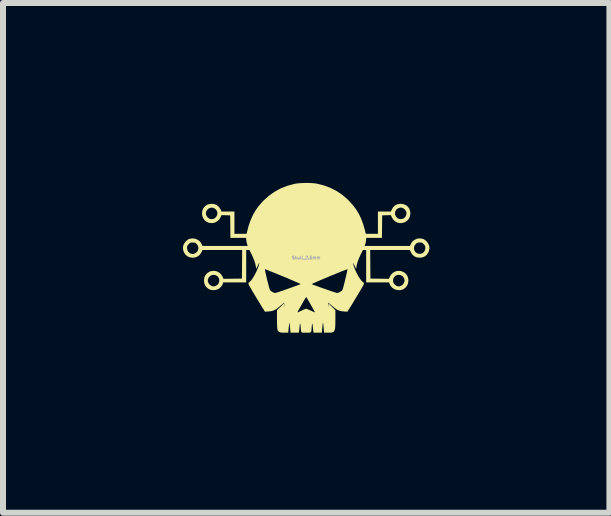
<source format=kicad_pcb>
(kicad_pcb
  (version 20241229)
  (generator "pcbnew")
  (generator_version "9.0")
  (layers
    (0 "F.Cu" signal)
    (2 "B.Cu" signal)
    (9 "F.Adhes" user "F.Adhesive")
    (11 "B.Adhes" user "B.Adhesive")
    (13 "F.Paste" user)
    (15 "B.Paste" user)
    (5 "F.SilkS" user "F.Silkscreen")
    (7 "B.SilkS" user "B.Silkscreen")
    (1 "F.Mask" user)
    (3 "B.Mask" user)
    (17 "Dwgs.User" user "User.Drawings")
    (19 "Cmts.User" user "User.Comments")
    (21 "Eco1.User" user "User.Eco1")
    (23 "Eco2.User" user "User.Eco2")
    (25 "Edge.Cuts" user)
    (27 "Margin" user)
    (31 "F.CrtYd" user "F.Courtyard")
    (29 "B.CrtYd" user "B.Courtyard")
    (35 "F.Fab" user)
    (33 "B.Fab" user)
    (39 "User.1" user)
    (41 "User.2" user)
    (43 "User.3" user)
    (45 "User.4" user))
  (footprint "Skull_2.5mm"
    (layer "F.Cu")
    (at 2.054 1.246)
    (property "Reference" "Skull_2.5mm" (at 0 0 0) (layer "F.Fab") (effects (font (size 0.05 0.05) (thickness 0.013))))
    (attr board_only exclude_from_pos_files exclude_from_bom)
    (fp_poly (pts (xy 0.033 -1.246) (xy 0.09 -1.244) (xy 0.142 -1.24) (xy 0.179 -1.234) (xy 0.295 -1.205) (xy 0.403 -1.165) (xy 0.505 -1.113) (xy 0.599 -1.05) (xy 0.687 -0.975) (xy 0.706 -0.956) (xy 0.771 -0.886) (xy 0.827 -0.813) (xy 0.875 -0.737) (xy 0.915 -0.654) (xy 0.949 -0.563) (xy 0.978 -0.463) (xy 0.989 -0.417) (xy 0.994 -0.399) (xy 1.196 -0.399) (xy 1.196 -0.746) (xy 1.48 -0.746) (xy 1.483 -0.715) (xy 1.497 -0.686) (xy 1.521 -0.661) (xy 1.529 -0.655) (xy 1.556 -0.645) (xy 1.588 -0.644) (xy 1.619 -0.653) (xy 1.634 -0.661) (xy 1.655 -0.684) (xy 1.669 -0.714) (xy 1.672 -0.747) (xy 1.67 -0.761) (xy 1.655 -0.792) (xy 1.632 -0.815) (xy 1.604 -0.831) (xy 1.572 -0.836) (xy 1.561 -0.834) (xy 1.528 -0.822) (xy 1.503 -0.802) (xy 1.487 -0.775) (xy 1.48 -0.746) (xy 1.196 -0.746) (xy 1.196 -0.77) (xy 1.412 -0.77) (xy 1.422 -0.795) (xy 1.447 -0.838) (xy 1.479 -0.869) (xy 1.518 -0.89) (xy 1.564 -0.898) (xy 1.576 -0.899) (xy 1.624 -0.892) (xy 1.664 -0.875) (xy 1.697 -0.848) (xy 1.721 -0.813) (xy 1.734 -0.769) (xy 1.737 -0.738) (xy 1.73 -0.692) (xy 1.713 -0.651) (xy 1.685 -0.618) (xy 1.648 -0.593) (xy 1.614 -0.581) (xy 1.568 -0.576) (xy 1.524 -0.584) (xy 1.485 -0.604) (xy 1.452 -0.634) (xy 1.427 -0.675) (xy 1.426 -0.678) (xy 1.411 -0.71) (xy 1.339 -0.708) (xy 1.267 -0.706) (xy 1.263 -0.331) (xy 1.002 -0.331) (xy 0.998 -0.291) (xy 0.994 -0.263) (xy 0.988 -0.236) (xy 0.984 -0.224) (xy 0.975 -0.196) (xy 1.729 -0.196) (xy 1.743 -0.225) (xy 1.755 -0.249) (xy 1.768 -0.267) (xy 1.786 -0.283) (xy 1.798 -0.292) (xy 1.836 -0.313) (xy 1.879 -0.322) (xy 1.924 -0.319) (xy 1.93 -0.318) (xy 1.954 -0.311) (xy 1.973 -0.301) (xy 1.994 -0.284) (xy 2.004 -0.275) (xy 2.034 -0.237) (xy 2.051 -0.196) (xy 2.055 -0.153) (xy 2.045 -0.108) (xy 2.038 -0.091) (xy 2.013 -0.052) (xy 1.98 -0.023) (xy 1.94 -0.006) (xy 1.892 -0.000002) (xy 1.891 0) (xy 1.844 -0.006) (xy 1.803 -0.023) (xy 1.77 -0.052) (xy 1.746 -0.09) (xy 1.744 -0.095) (xy 1.729 -0.128) (xy 1.067 -0.128) (xy 1.071 0.348) (xy 1.379 0.352) (xy 1.39 0.326) (xy 1.413 0.284) (xy 1.445 0.252) (xy 1.483 0.23) (xy 1.526 0.219) (xy 1.571 0.221) (xy 1.589 0.225) (xy 1.632 0.244) (xy 1.666 0.273) (xy 1.69 0.309) (xy 1.702 0.353) (xy 1.704 0.381) (xy 1.698 0.429) (xy 1.679 0.47) (xy 1.65 0.504) (xy 1.614 0.528) (xy 1.579 0.539) (xy 1.54 0.541) (xy 1.5 0.535) (xy 1.465 0.522) (xy 1.436 0.501) (xy 1.41 0.473) (xy 1.393 0.443) (xy 1.388 0.43) (xy 1.384 0.412) (xy 1 0.412) (xy 1 0.374) (xy 1.448 0.374) (xy 1.45 0.404) (xy 1.462 0.432) (xy 1.484 0.455) (xy 1.503 0.467) (xy 1.528 0.477) (xy 1.549 0.479) (xy 1.57 0.473) (xy 1.585 0.466) (xy 1.612 0.447) (xy 1.63 0.42) (xy 1.64 0.389) (xy 1.64 0.367) (xy 1.628 0.335) (xy 1.607 0.309) (xy 1.578 0.292) (xy 1.545 0.285) (xy 1.525 0.287) (xy 1.493 0.298) (xy 1.469 0.319) (xy 1.454 0.345) (xy 1.448 0.374) (xy 1 0.374) (xy 1 -0.128) (xy 0.946 -0.128) (xy 0.913 -0.063) (xy 0.882 0.005) (xy 0.858 0.067) (xy 0.843 0.121) (xy 0.839 0.145) (xy 0.833 0.186) (xy 0.805 0.128) (xy 0.792 0.103) (xy 0.784 0.089) (xy 0.781 0.087) (xy 0.782 0.095) (xy 0.791 0.132) (xy 0.806 0.175) (xy 0.825 0.221) (xy 0.847 0.266) (xy 0.871 0.31) (xy 0.895 0.348) (xy 0.918 0.379) (xy 0.939 0.399) (xy 0.94 0.4) (xy 0.957 0.415) (xy 0.963 0.43) (xy 0.958 0.449) (xy 0.953 0.458) (xy 0.946 0.471) (xy 0.933 0.493) (xy 0.916 0.524) (xy 0.894 0.56) (xy 0.87 0.601) (xy 0.844 0.644) (xy 0.817 0.688) (xy 0.791 0.732) (xy 0.767 0.772) (xy 0.745 0.808) (xy 0.727 0.837) (xy 0.716 0.854) (xy 0.687 0.9) (xy 0.639 0.897) (xy 0.595 0.893) (xy 0.559 0.885) (xy 0.527 0.873) (xy 0.496 0.855) (xy 0.462 0.829) (xy 0.44 0.81) (xy 0.414 0.788) (xy 0.393 0.77) (xy 0.377 0.757) (xy 0.368 0.75) (xy 0.368 0.75) (xy 0.366 0.756) (xy 0.366 0.772) (xy 0.366 0.792) (xy 0.367 0.835) (xy 0.37 0.798) (xy 0.372 0.761) (xy 0.429 0.818) (xy 0.487 0.875) (xy 0.487 1.029) (xy 0.486 1.089) (xy 0.485 1.138) (xy 0.482 1.175) (xy 0.476 1.203) (xy 0.467 1.223) (xy 0.454 1.237) (xy 0.436 1.245) (xy 0.413 1.249) (xy 0.383 1.25) (xy 0.363 1.25) (xy 0.299 1.25) (xy 0.291 1.167) (xy 0.288 1.135) (xy 0.285 1.109) (xy 0.282 1.09) (xy 0.281 1.083) (xy 0.281 1.083) (xy 0.278 1.087) (xy 0.276 1.103) (xy 0.272 1.129) (xy 0.269 1.163) (xy 0.266 1.194) (xy 0.262 1.25) (xy 0.123 1.25) (xy 0.119 1.228) (xy 0.117 1.211) (xy 0.114 1.185) (xy 0.111 1.156) (xy 0.111 1.151) (xy 0.108 1.126) (xy 0.105 1.107) (xy 0.102 1.098) (xy 0.101 1.098) (xy 0.099 1.106) (xy 0.095 1.124) (xy 0.093 1.149) (xy 0.092 1.16) (xy 0.089 1.197) (xy 0.086 1.222) (xy 0.081 1.237) (xy 0.072 1.246) (xy 0.056 1.25) (xy 0.032 1.25) (xy 0 1.25) (xy -0.034 1.25) (xy -0.058 1.249) (xy -0.073 1.245) (xy -0.082 1.236) (xy -0.086 1.22) (xy -0.089 1.194) (xy -0.092 1.16) (xy -0.094 1.134) (xy -0.097 1.112) (xy -0.1 1.1) (xy -0.101 1.098) (xy -0.104 1.103) (xy -0.107 1.118) (xy -0.11 1.141) (xy -0.111 1.151) (xy -0.114 1.18) (xy -0.116 1.206) (xy -0.119 1.226) (xy -0.119 1.228) (xy -0.123 1.25) (xy -0.262 1.25) (xy -0.266 1.194) (xy -0.27 1.156) (xy -0.273 1.124) (xy -0.276 1.099) (xy -0.279 1.085) (xy -0.281 1.083) (xy -0.282 1.09) (xy -0.284 1.108) (xy -0.287 1.134) (xy -0.291 1.165) (xy -0.291 1.167) (xy -0.299 1.25) (xy -0.364 1.25) (xy -0.398 1.249) (xy -0.421 1.247) (xy -0.438 1.243) (xy -0.45 1.237) (xy -0.461 1.229) (xy -0.469 1.22) (xy -0.476 1.207) (xy -0.48 1.189) (xy -0.483 1.165) (xy -0.485 1.132) (xy -0.486 1.089) (xy -0.487 1.034) (xy -0.487 1.028) (xy -0.487 0.912) (xy -0.146 0.912) (xy -0.146 0.912) (xy -0.138 0.91) (xy -0.121 0.902) (xy -0.098 0.892) (xy -0.077 0.882) (xy -0.049 0.869) (xy -0.024 0.859) (xy -0.007 0.853) (xy 0 0.851) (xy 0.011 0.854) (xy 0.03 0.862) (xy 0.056 0.872) (xy 0.077 0.882) (xy 0.104 0.895) (xy 0.126 0.904) (xy 0.141 0.91) (xy 0.145 0.911) (xy 0.143 0.904) (xy 0.135 0.888) (xy 0.122 0.865) (xy 0.106 0.836) (xy 0.088 0.804) (xy 0.069 0.77) (xy 0.051 0.738) (xy 0.033 0.708) (xy 0.019 0.683) (xy 0.008 0.666) (xy 0.002 0.657) (xy 0.001 0.657) (xy -0.004 0.662) (xy -0.014 0.677) (xy -0.029 0.7) (xy -0.046 0.73) (xy -0.064 0.762) (xy -0.084 0.798) (xy -0.103 0.831) (xy -0.119 0.859) (xy -0.131 0.88) (xy -0.137 0.89) (xy -0.144 0.904) (xy -0.146 0.912) (xy -0.487 0.912) (xy -0.487 0.875) (xy -0.429 0.818) (xy -0.372 0.761) (xy -0.367 0.835) (xy -0.366 0.792) (xy -0.366 0.77) (xy -0.367 0.755) (xy -0.368 0.75) (xy -0.374 0.754) (xy -0.388 0.766) (xy -0.408 0.783) (xy -0.433 0.804) (xy -0.44 0.81) (xy -0.477 0.841) (xy -0.51 0.864) (xy -0.541 0.879) (xy -0.574 0.889) (xy -0.613 0.895) (xy -0.639 0.897) (xy -0.687 0.9) (xy -0.716 0.854) (xy -0.731 0.831) (xy -0.75 0.8) (xy -0.772 0.763) (xy -0.797 0.721) (xy -0.824 0.678) (xy -0.85 0.634) (xy -0.876 0.591) (xy -0.9 0.551) (xy -0.92 0.516) (xy -0.937 0.487) (xy -0.949 0.467) (xy -0.953 0.458) (xy -0.962 0.437) (xy -0.96 0.421) (xy -0.948 0.407) (xy -0.94 0.4) (xy -0.919 0.38) (xy -0.897 0.35) (xy -0.873 0.312) (xy -0.849 0.269) (xy -0.826 0.223) (xy -0.813 0.192) (xy -0.687 0.192) (xy -0.687 0.2) (xy -0.684 0.218) (xy -0.679 0.246) (xy -0.671 0.28) (xy -0.662 0.319) (xy -0.653 0.36) (xy -0.642 0.402) (xy -0.632 0.441) (xy -0.623 0.477) (xy -0.614 0.507) (xy -0.608 0.529) (xy -0.603 0.54) (xy -0.603 0.541) (xy -0.587 0.555) (xy -0.565 0.57) (xy -0.541 0.582) (xy -0.52 0.588) (xy -0.516 0.588) (xy -0.507 0.586) (xy -0.486 0.579) (xy -0.455 0.57) (xy -0.417 0.557) (xy -0.373 0.542) (xy -0.325 0.525) (xy -0.3 0.516) (xy -0.25 0.499) (xy -0.205 0.482) (xy -0.165 0.468) (xy -0.132 0.456) (xy -0.109 0.447) (xy -0.095 0.441) (xy -0.093 0.44) (xy -0.093 0.44) (xy 0.093 0.44) (xy 0.093 0.44) (xy 0.101 0.444) (xy 0.12 0.452) (xy 0.148 0.462) (xy 0.184 0.475) (xy 0.224 0.49) (xy 0.268 0.506) (xy 0.314 0.521) (xy 0.359 0.537) (xy 0.401 0.552) (xy 0.44 0.565) (xy 0.472 0.575) (xy 0.497 0.583) (xy 0.511 0.587) (xy 0.514 0.587) (xy 0.53 0.585) (xy 0.551 0.577) (xy 0.561 0.573) (xy 0.581 0.56) (xy 0.598 0.546) (xy 0.603 0.541) (xy 0.607 0.53) (xy 0.613 0.51) (xy 0.622 0.481) (xy 0.631 0.445) (xy 0.641 0.406) (xy 0.651 0.364) (xy 0.661 0.323) (xy 0.67 0.284) (xy 0.678 0.249) (xy 0.684 0.221) (xy 0.687 0.201) (xy 0.687 0.192) (xy 0.687 0.192) (xy 0.681 0.194) (xy 0.663 0.2) (xy 0.635 0.211) (xy 0.598 0.225) (xy 0.553 0.243) (xy 0.503 0.264) (xy 0.447 0.287) (xy 0.387 0.311) (xy 0.386 0.312) (xy 0.326 0.337) (xy 0.271 0.36) (xy 0.221 0.381) (xy 0.178 0.4) (xy 0.142 0.416) (xy 0.115 0.428) (xy 0.098 0.436) (xy 0.093 0.44) (xy -0.093 0.44) (xy -0.098 0.437) (xy -0.114 0.428) (xy -0.141 0.416) (xy -0.176 0.401) (xy -0.219 0.382) (xy -0.269 0.361) (xy -0.324 0.337) (xy -0.384 0.313) (xy -0.386 0.312) (xy -0.446 0.287) (xy -0.502 0.264) (xy -0.552 0.244) (xy -0.597 0.226) (xy -0.634 0.211) (xy -0.662 0.2) (xy -0.68 0.194) (xy -0.687 0.192) (xy -0.687 0.192) (xy -0.813 0.192) (xy -0.807 0.178) (xy -0.792 0.135) (xy -0.782 0.097) (xy -0.782 0.095) (xy -0.781 0.087) (xy -0.785 0.09) (xy -0.794 0.105) (xy -0.805 0.128) (xy -0.833 0.186) (xy -0.839 0.145) (xy -0.85 0.095) (xy -0.869 0.037) (xy -0.897 -0.028) (xy -0.913 -0.063) (xy -0.946 -0.128) (xy -1 -0.128) (xy -1 0.412) (xy -1.384 0.412) (xy -1.388 0.43) (xy -1.401 0.46) (xy -1.423 0.489) (xy -1.451 0.514) (xy -1.465 0.522) (xy -1.501 0.536) (xy -1.541 0.541) (xy -1.581 0.538) (xy -1.614 0.528) (xy -1.653 0.501) (xy -1.682 0.466) (xy -1.699 0.424) (xy -1.704 0.381) (xy -1.702 0.367) (xy -1.64 0.367) (xy -1.638 0.398) (xy -1.626 0.428) (xy -1.605 0.453) (xy -1.586 0.466) (xy -1.562 0.476) (xy -1.543 0.479) (xy -1.523 0.475) (xy -1.507 0.469) (xy -1.478 0.451) (xy -1.459 0.426) (xy -1.449 0.396) (xy -1.449 0.364) (xy -1.459 0.334) (xy -1.48 0.308) (xy -1.48 0.308) (xy -1.51 0.291) (xy -1.542 0.285) (xy -1.573 0.29) (xy -1.602 0.305) (xy -1.624 0.328) (xy -1.638 0.359) (xy -1.64 0.367) (xy -1.702 0.367) (xy -1.698 0.334) (xy -1.681 0.293) (xy -1.653 0.26) (xy -1.616 0.235) (xy -1.589 0.225) (xy -1.543 0.218) (xy -1.499 0.224) (xy -1.459 0.242) (xy -1.425 0.27) (xy -1.398 0.308) (xy -1.39 0.326) (xy -1.379 0.352) (xy -1.071 0.348) (xy -1.069 0.11) (xy -1.067 -0.128) (xy -1.729 -0.128) (xy -1.744 -0.095) (xy -1.768 -0.055) (xy -1.8 -0.026) (xy -1.84 -0.007) (xy -1.886 -0.000052) (xy -1.891 0) (xy -1.939 -0.006) (xy -1.98 -0.023) (xy -2.013 -0.051) (xy -2.038 -0.09) (xy -2.038 -0.091) (xy -2.053 -0.136) (xy -2.053 -0.165) (xy -1.987 -0.165) (xy -1.981 -0.128) (xy -1.965 -0.098) (xy -1.941 -0.076) (xy -1.921 -0.068) (xy -1.903 -0.063) (xy -1.889 -0.062) (xy -1.873 -0.065) (xy -1.864 -0.068) (xy -1.835 -0.083) (xy -1.812 -0.109) (xy -1.801 -0.132) (xy -1.796 -0.166) (xy -1.796 -0.166) (xy 1.797 -0.166) (xy 1.8 -0.133) (xy 1.816 -0.101) (xy 1.825 -0.09) (xy 1.85 -0.073) (xy 1.881 -0.065) (xy 1.914 -0.066) (xy 1.944 -0.078) (xy 1.945 -0.079) (xy 1.967 -0.101) (xy 1.982 -0.131) (xy 1.987 -0.164) (xy 1.985 -0.185) (xy 1.98 -0.2) (xy 1.968 -0.216) (xy 1.96 -0.225) (xy 1.944 -0.241) (xy 1.932 -0.249) (xy 1.917 -0.253) (xy 1.894 -0.253) (xy 1.893 -0.253) (xy 1.869 -0.253) (xy 1.853 -0.249) (xy 1.84 -0.241) (xy 1.827 -0.229) (xy 1.806 -0.199) (xy 1.797 -0.166) (xy -1.796 -0.166) (xy -1.804 -0.198) (xy -1.826 -0.228) (xy -1.827 -0.229) (xy -1.842 -0.243) (xy -1.855 -0.25) (xy -1.872 -0.253) (xy -1.893 -0.253) (xy -1.916 -0.253) (xy -1.931 -0.25) (xy -1.944 -0.241) (xy -1.959 -0.226) (xy -1.96 -0.225) (xy -1.976 -0.206) (xy -1.984 -0.191) (xy -1.986 -0.173) (xy -1.987 -0.165) (xy -2.053 -0.165) (xy -2.054 -0.18) (xy -2.042 -0.222) (xy -2.017 -0.261) (xy -2.004 -0.275) (xy -1.981 -0.295) (xy -1.962 -0.308) (xy -1.94 -0.316) (xy -1.93 -0.318) (xy -1.884 -0.322) (xy -1.841 -0.314) (xy -1.802 -0.295) (xy -1.798 -0.292) (xy -1.776 -0.275) (xy -1.761 -0.258) (xy -1.749 -0.238) (xy -1.743 -0.225) (xy -1.729 -0.196) (xy -0.975 -0.196) (xy -0.984 -0.224) (xy -0.99 -0.246) (xy -0.996 -0.275) (xy -0.998 -0.291) (xy -1.002 -0.331) (xy -1.263 -0.331) (xy -1.267 -0.706) (xy -1.339 -0.708) (xy -1.411 -0.71) (xy -1.426 -0.678) (xy -1.449 -0.638) (xy -1.479 -0.609) (xy -1.514 -0.589) (xy -1.551 -0.578) (xy -1.589 -0.577) (xy -1.627 -0.584) (xy -1.662 -0.6) (xy -1.692 -0.624) (xy -1.715 -0.655) (xy -1.731 -0.693) (xy -1.737 -0.738) (xy -1.736 -0.74) (xy -1.673 -0.74) (xy -1.666 -0.708) (xy -1.661 -0.698) (xy -1.64 -0.669) (xy -1.613 -0.65) (xy -1.582 -0.642) (xy -1.549 -0.646) (xy -1.529 -0.655) (xy -1.503 -0.678) (xy -1.486 -0.707) (xy -1.48 -0.738) (xy -1.484 -0.769) (xy -1.499 -0.797) (xy -1.519 -0.816) (xy -1.551 -0.832) (xy -1.585 -0.835) (xy -1.617 -0.825) (xy -1.646 -0.803) (xy -1.647 -0.801) (xy -1.667 -0.771) (xy -1.673 -0.74) (xy -1.736 -0.74) (xy -1.731 -0.786) (xy -1.714 -0.826) (xy -1.687 -0.859) (xy -1.651 -0.883) (xy -1.607 -0.896) (xy -1.576 -0.899) (xy -1.528 -0.893) (xy -1.487 -0.875) (xy -1.454 -0.846) (xy -1.428 -0.806) (xy -1.422 -0.795) (xy -1.412 -0.77) (xy -1.196 -0.77) (xy -1.196 -0.399) (xy -0.994 -0.399) (xy -0.989 -0.417) (xy -0.962 -0.523) (xy -0.93 -0.617) (xy -0.892 -0.703) (xy -0.848 -0.782) (xy -0.796 -0.856) (xy -0.735 -0.927) (xy -0.706 -0.956) (xy -0.62 -1.034) (xy -0.526 -1.1) (xy -0.426 -1.155) (xy -0.319 -1.197) (xy -0.205 -1.229) (xy -0.179 -1.234) (xy -0.136 -1.24) (xy -0.084 -1.244) (xy -0.026 -1.246)) (stroke (width 0) (type solid)) (fill yes) (layer "F.SilkS")))
  (gr_rect
    (start -3 -3)
    (end 7.109 5.497)
    (stroke (width 0.1) (type default))
    (fill no)
    (layer "Edge.Cuts")))
</source>
